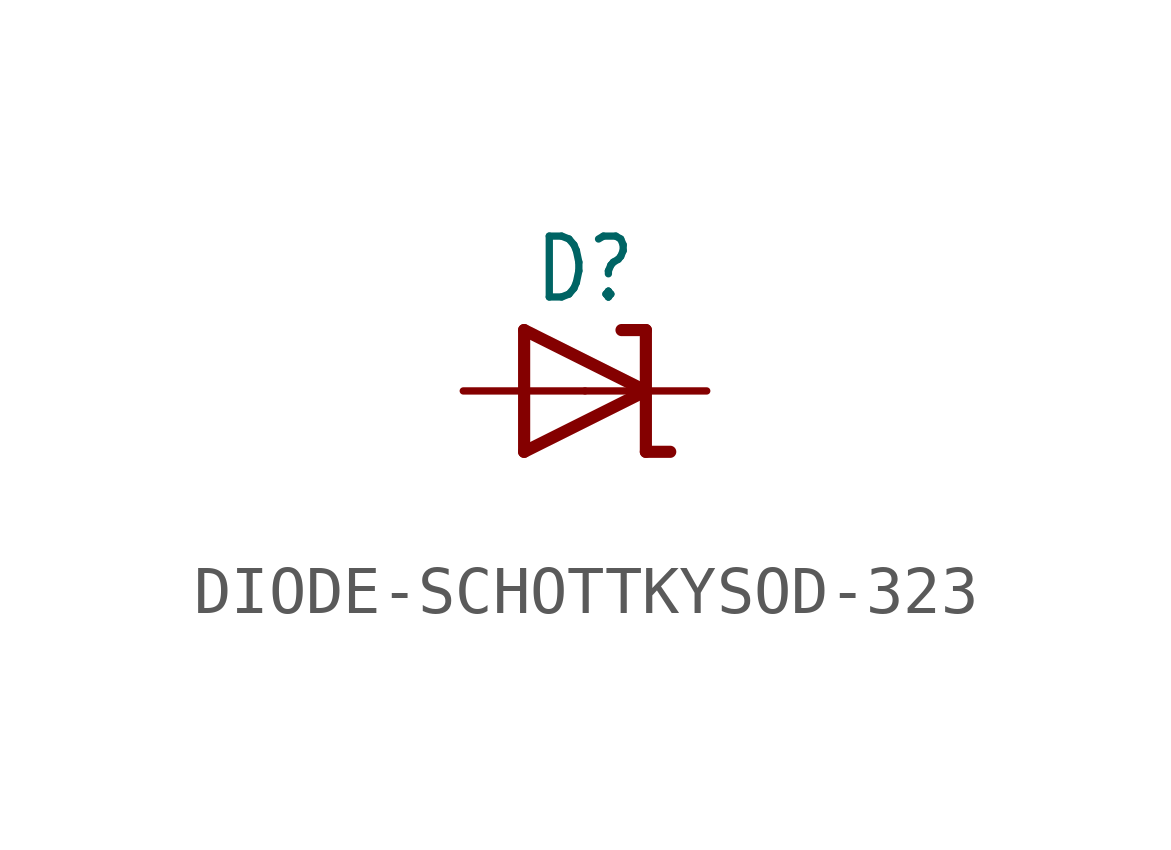
<source format=kicad_sym>
(kicad_symbol_lib
  (version 20231120)
  (generator "kicad_symbol_editor")
  (generator_version "8.0")
  (symbol "DIODE-SCHOTTKYSOD-323"
    (property "Reference" "D"
      (at 0 2.54 0)
      (effects (font (size 1.27 1.079))))
    (property "Value" ""
      (at 0 -2.5 0)
      (effects (font (size 1.27 1.079))))
    (property "ki_locked" ""
      (at 0 0 0)
      (effects (font (size 1.27 1.27))))
    (symbol "DIODE-SCHOTTKYSOD-323_1_0"
      (polyline (pts (xy -1.27 -1.27) (xy 1.27 0)) (stroke (width 0.254) (type solid)) (fill (type none)))
      (polyline (pts (xy -1.27 1.27) (xy -1.27 -1.27)) (stroke (width 0.254) (type solid)) (fill (type none)))
      (polyline (pts (xy 1.27 -1.27) (xy 1.778 -1.27)) (stroke (width 0.254) (type solid)) (fill (type none)))
      (polyline (pts (xy 1.27 0) (xy -1.27 1.27)) (stroke (width 0.254) (type solid)) (fill (type none)))
      (polyline (pts (xy 1.27 0) (xy 1.27 -1.27)) (stroke (width 0.254) (type solid)) (fill (type none)))
      (polyline (pts (xy 1.27 1.27) (xy 0.762 1.27)) (stroke (width 0.254) (type solid)) (fill (type none)))
      (polyline (pts (xy 1.27 1.27) (xy 1.27 0)) (stroke (width 0.254) (type solid)) (fill (type none)))
      (pin passive line (at -2.54 0 0) (length 2.54) (name "A" (effects (font (size 0 0)))) (number "A" (effects (font (size 0 0)))))
      (pin passive line (at 2.54 0 180) (length 2.54) (name "C" (effects (font (size 0 0)))) (number "C" (effects (font (size 0 0))))))))
</source>
